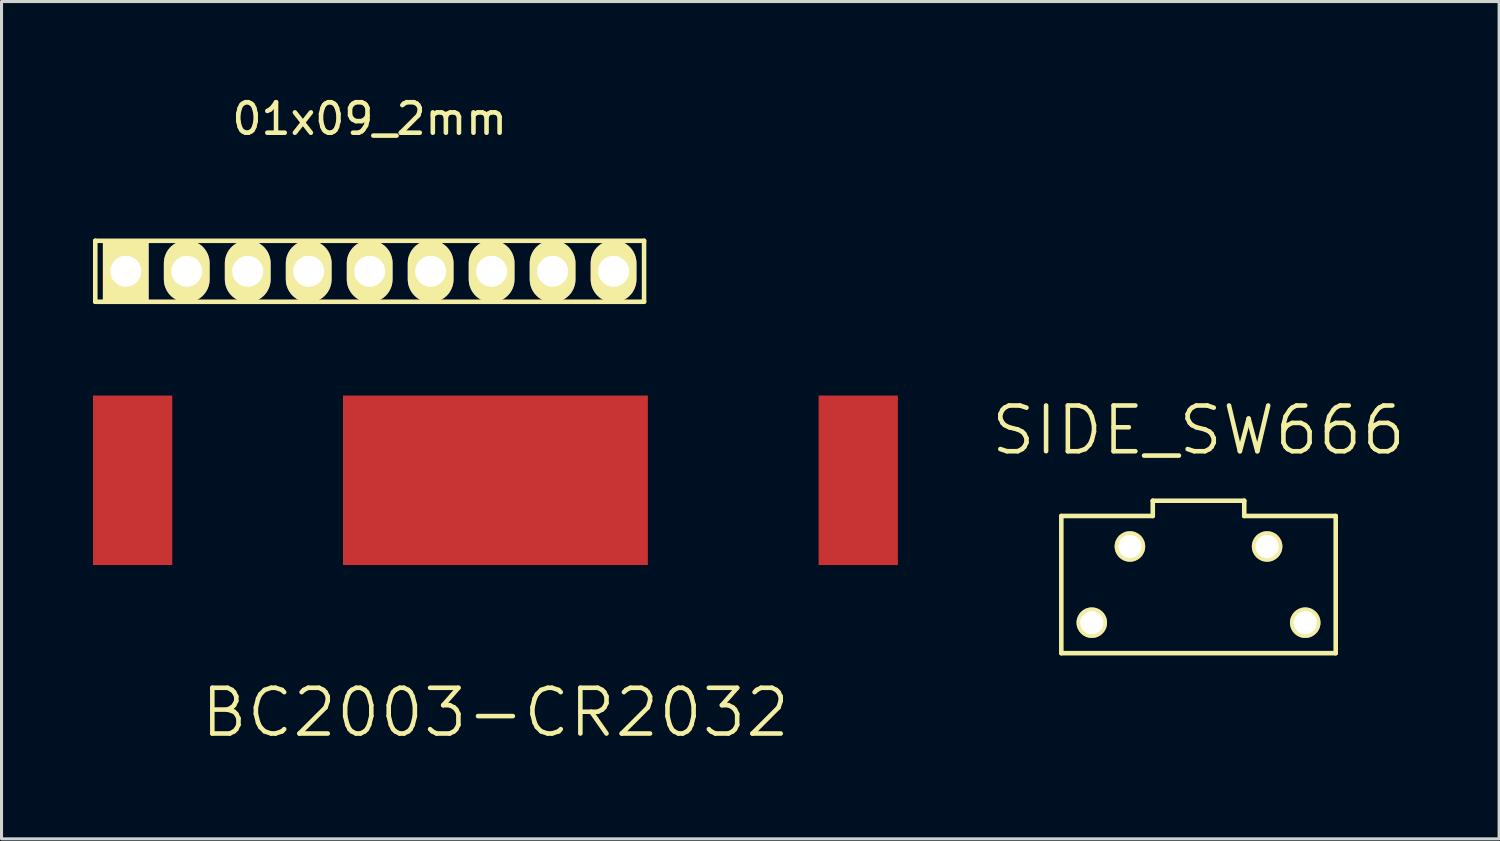
<source format=kicad_pcb>
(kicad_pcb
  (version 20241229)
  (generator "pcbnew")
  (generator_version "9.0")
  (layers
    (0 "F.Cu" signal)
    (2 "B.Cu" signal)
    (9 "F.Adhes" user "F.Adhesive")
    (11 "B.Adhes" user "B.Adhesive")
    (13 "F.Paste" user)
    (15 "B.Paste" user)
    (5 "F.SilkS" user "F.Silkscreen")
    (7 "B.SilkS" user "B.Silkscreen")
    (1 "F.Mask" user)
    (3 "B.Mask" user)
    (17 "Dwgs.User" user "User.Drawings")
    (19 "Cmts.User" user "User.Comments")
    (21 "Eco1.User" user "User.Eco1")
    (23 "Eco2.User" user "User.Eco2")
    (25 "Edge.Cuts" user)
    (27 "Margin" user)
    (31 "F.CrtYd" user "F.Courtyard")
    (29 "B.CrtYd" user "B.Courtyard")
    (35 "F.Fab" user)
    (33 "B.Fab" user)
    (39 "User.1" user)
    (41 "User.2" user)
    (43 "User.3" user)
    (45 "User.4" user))
  (footprint "SIDE_SW666"
    (layer "F.Cu")
    (at 36.261 14.874)
    (property "Reference" "SIDE_SW666" (at 0 -3.81 0) (layer "F.SilkS") (effects (font (size 1.5 1.5) (thickness 0.15))))
    (attr through_hole)
    (fp_line (start -4.5 -1) (end -4.5 3.5) (stroke (width 0.15) (type solid)) (layer "F.SilkS"))
    (fp_line (start -4.5 3.5) (end 4.5 3.5) (stroke (width 0.15) (type solid)) (layer "F.SilkS"))
    (fp_line (start -1.5 -1.5) (end -1.5 -1) (stroke (width 0.15) (type solid)) (layer "F.SilkS"))
    (fp_line (start -1.5 -1) (end -4.5 -1) (stroke (width 0.15) (type solid)) (layer "F.SilkS"))
    (fp_line (start 1.5 -1.5) (end -1.5 -1.5) (stroke (width 0.15) (type solid)) (layer "F.SilkS"))
    (fp_line (start 1.5 -1) (end 1.5 -1.5) (stroke (width 0.15) (type solid)) (layer "F.SilkS"))
    (fp_line (start 4.5 -1) (end 1.5 -1) (stroke (width 0.15) (type solid)) (layer "F.SilkS"))
    (fp_line (start 4.5 3.5) (end 4.5 -1) (stroke (width 0.15) (type solid)) (layer "F.SilkS"))
    (pad "1" thru_hole circle (at -2.25 0) (size 1 1) (drill 0.762) (layers "*.Cu" "*.Mask" "F.SilkS"))
    (pad "2" thru_hole circle (at 2.25 0) (size 1 1) (drill 0.762) (layers "*.Cu" "*.Mask" "F.SilkS"))
    (pad "3" thru_hole circle (at -3.5 2.5) (size 1 1) (drill 0.762) (layers "*.Cu" "*.Mask" "F.SilkS"))
    (pad "4" thru_hole circle (at 3.5 2.5) (size 1 1) (drill 0.762) (layers "*.Cu" "*.Mask" "F.SilkS")))
  (footprint "01x09_2mm"
    (layer "F.Cu")
    (at 9.075 5.848)
    (property "Reference" "01x09_2mm" (at 0 -5 0) (layer "F.SilkS") (effects (font (size 1 1) (thickness 0.15))))
    (attr through_hole)
    (fp_line (start -9 -1) (end -9 1) (stroke (width 0.15) (type solid)) (layer "F.SilkS"))
    (fp_line (start -9 1) (end 9 1) (stroke (width 0.15) (type solid)) (layer "F.SilkS"))
    (fp_line (start 9 -1) (end -9 -1) (stroke (width 0.15) (type solid)) (layer "F.SilkS"))
    (fp_line (start 9 1) (end 9 -1) (stroke (width 0.15) (type solid)) (layer "F.SilkS"))
    (pad "1" thru_hole rect (at -8 0) (size 1.5 2.032) (drill 1.016) (layers "*.Cu" "*.Mask" "F.SilkS"))
    (pad "2" thru_hole oval (at -6 0) (size 1.5 2.032) (drill 1.016) (layers "*.Cu" "*.Mask" "F.SilkS"))
    (pad "3" thru_hole oval (at -4 0) (size 1.5 2.032) (drill 1.016) (layers "*.Cu" "*.Mask" "F.SilkS"))
    (pad "4" thru_hole oval (at -2 0) (size 1.5 2.032) (drill 1.016) (layers "*.Cu" "*.Mask" "F.SilkS"))
    (pad "5" thru_hole oval (at 0 0) (size 1.5 2.032) (drill 1.016) (layers "*.Cu" "*.Mask" "F.SilkS"))
    (pad "6" thru_hole oval (at 2 0) (size 1.5 2.032) (drill 1.016) (layers "*.Cu" "*.Mask" "F.SilkS"))
    (pad "7" thru_hole oval (at 4 0) (size 1.5 2.032) (drill 1.016) (layers "*.Cu" "*.Mask" "F.SilkS"))
    (pad "8" thru_hole oval (at 6 0) (size 1.5 2.032) (drill 1.016) (layers "*.Cu" "*.Mask" "F.SilkS"))
    (pad "9" thru_hole oval (at 8 0) (size 1.5 2.032) (drill 1.016) (layers "*.Cu" "*.Mask" "F.SilkS")))
  (footprint "BC2003-CR2032"
    (layer "F.Cu")
    (at 13.2 12.703)
    (property "Reference" "BC2003-CR2032" (at 0 7.62 0) (layer "F.SilkS") (effects (font (size 1.5 1.5) (thickness 0.15))))
    (attr through_hole)
    (pad "1" smd rect (at -11.9 0) (size 2.6 5.56) (layers "F.Cu" "F.Mask" "F.Paste"))
    (pad "1" smd rect (at 11.9 0) (size 2.6 5.56) (layers "F.Cu" "F.Mask" "F.Paste"))
    (pad "2" smd rect (at 0 0) (size 10 5.56) (layers "F.Cu" "F.Mask" "F.Paste")))
  (gr_rect
    (start -3 -3)
    (end 46.121 24.464)
    (stroke (width 0.1) (type default))
    (fill no)
    (layer "Edge.Cuts")))
</source>
